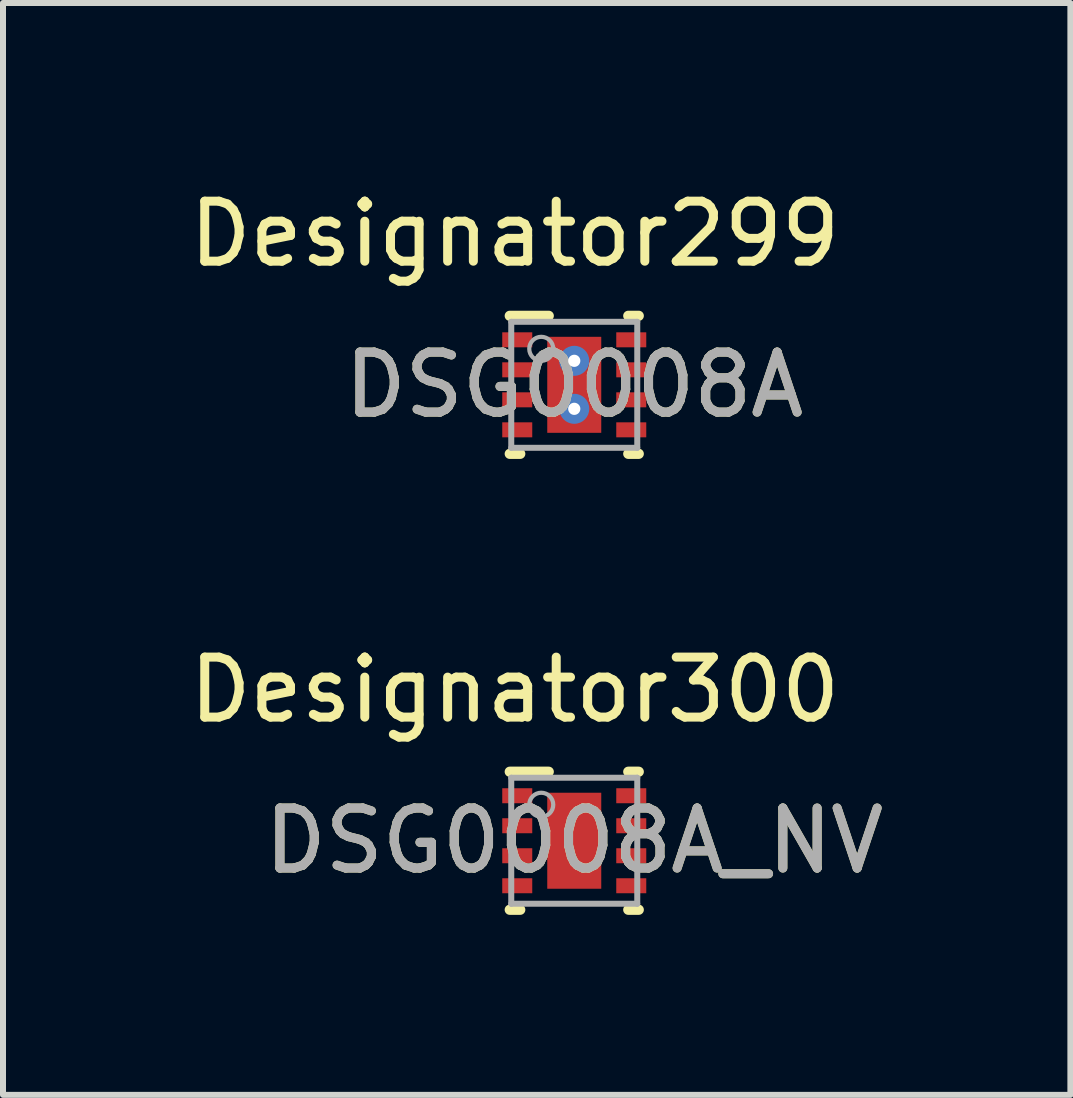
<source format=kicad_pcb>
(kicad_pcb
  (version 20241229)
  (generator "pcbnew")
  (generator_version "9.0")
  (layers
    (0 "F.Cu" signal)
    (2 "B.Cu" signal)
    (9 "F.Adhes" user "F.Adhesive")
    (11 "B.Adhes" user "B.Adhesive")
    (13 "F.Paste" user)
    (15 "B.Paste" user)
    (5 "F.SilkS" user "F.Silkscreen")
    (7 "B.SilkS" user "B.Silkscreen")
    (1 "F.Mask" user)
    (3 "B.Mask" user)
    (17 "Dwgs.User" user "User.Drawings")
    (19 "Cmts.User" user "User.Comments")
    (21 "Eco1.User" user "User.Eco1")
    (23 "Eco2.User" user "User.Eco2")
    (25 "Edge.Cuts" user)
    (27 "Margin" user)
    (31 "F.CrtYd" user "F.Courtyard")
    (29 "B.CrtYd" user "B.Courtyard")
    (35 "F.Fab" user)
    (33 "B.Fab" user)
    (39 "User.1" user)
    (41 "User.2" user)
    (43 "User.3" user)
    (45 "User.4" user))
  (footprint "DSG0008A"
    (layer "F.Cu")
    (at 6.52 3.363)
    (property "Reference" "DSG0008A" (at 0 0 0) (unlocked yes) (layer "F.SilkS") (effects (font (size 1 1) (thickness 0.15))))
    (attr smd)
    (fp_line (start -1.075 -1.15) (end -0.425 -1.15) (stroke (width 0.17) (type solid)) (layer "F.SilkS"))
    (fp_line (start -1.075 1.15) (end -0.9 1.15) (stroke (width 0.17) (type solid)) (layer "F.SilkS"))
    (fp_line (start 0.9 -1.15) (end 1.075 -1.15) (stroke (width 0.17) (type solid)) (layer "F.SilkS"))
    (fp_line (start 0.9 1.15) (end 1.075 1.15) (stroke (width 0.17) (type solid)) (layer "F.SilkS"))
    (fp_poly (pts (xy -0.427 0.733) (xy 0.427 0.733) (xy 0.427 -0.733) (xy -0.427 -0.733)) (stroke (width 0) (type solid)) (fill yes) (layer "F.Paste"))
    (fp_line (start -1.05 -1.05) (end 1.05 -1.05) (stroke (width 0.1) (type solid)) (layer "F.Fab"))
    (fp_line (start -1.05 1.05) (end -1.05 -1.05) (stroke (width 0.1) (type solid)) (layer "F.Fab"))
    (fp_line (start -1.05 1.05) (end 1.05 1.05) (stroke (width 0.1) (type solid)) (layer "F.Fab"))
    (fp_line (start 1.05 1.05) (end 1.05 -1.05) (stroke (width 0.1) (type solid)) (layer "F.Fab"))
    (fp_circle (center -0.55 -0.6) (end -0.35 -0.6) (stroke (width 0.07) (type solid)) (fill no) (layer "F.Fab"))
    (fp_text user "Designator299" (at -0.991 -2.515 0) (unlocked yes) (layer "F.SilkS") (effects (font (size 1 1) (thickness 0.15))))
    (fp_text user "${REFERENCE}" (at 0 0 0) (unlocked yes) (layer "F.Fab") (effects (font (size 1 1) (thickness 0.15))))
    (pad "1" smd rect (at -0.95 -0.75 90) (size 0.25 0.5) (layers "F.Cu" "F.Mask" "F.Paste"))
    (pad "2" smd rect (at -0.95 -0.25 90) (size 0.25 0.5) (layers "F.Cu" "F.Mask" "F.Paste"))
    (pad "3" smd rect (at -0.95 0.25 90) (size 0.25 0.5) (layers "F.Cu" "F.Mask" "F.Paste"))
    (pad "4" smd rect (at -0.95 0.75 90) (size 0.25 0.5) (layers "F.Cu" "F.Mask" "F.Paste"))
    (pad "5" smd rect (at 0.95 0.75 90) (size 0.25 0.5) (layers "F.Cu" "F.Mask" "F.Paste"))
    (pad "6" smd rect (at 0.95 0.25 90) (size 0.25 0.5) (layers "F.Cu" "F.Mask" "F.Paste"))
    (pad "7" smd rect (at 0.95 -0.25 90) (size 0.25 0.5) (layers "F.Cu" "F.Mask" "F.Paste"))
    (pad "8" smd rect (at 0.95 -0.75 90) (size 0.25 0.5) (layers "F.Cu" "F.Mask" "F.Paste"))
    (pad "9" smd rect (at 0 -0.000003) (size 0.9 1.6) (layers "F.Cu" "F.Mask" "F.Paste"))
    (pad "V" thru_hole circle (at 0 -0.4) (size 0.5 0.5) (drill 0.203) (layers "*.Cu" "*.Mask"))
    (pad "V" thru_hole circle (at 0 0.4) (size 0.5 0.5) (drill 0.203) (layers "*.Cu" "*.Mask")))
  (footprint "DSG0008A_NV"
    (layer "F.Cu")
    (at 6.52 10.961)
    (property "Reference" "DSG0008A_NV" (at 0 0 0) (unlocked yes) (layer "F.SilkS") (effects (font (size 1 1) (thickness 0.15))))
    (attr smd)
    (fp_line (start -1.075 -1.15) (end -0.425 -1.15) (stroke (width 0.17) (type solid)) (layer "F.SilkS"))
    (fp_line (start -1.075 1.15) (end -0.9 1.15) (stroke (width 0.17) (type solid)) (layer "F.SilkS"))
    (fp_line (start 0.9 -1.15) (end 1.075 -1.15) (stroke (width 0.17) (type solid)) (layer "F.SilkS"))
    (fp_line (start 0.9 1.15) (end 1.075 1.15) (stroke (width 0.17) (type solid)) (layer "F.SilkS"))
    (fp_poly (pts (xy -0.45 -0.149) (xy -0.45 -0.751) (xy -0.449 -0.761) (xy -0.446 -0.77) (xy -0.442 -0.778) (xy -0.436 -0.786) (xy -0.428 -0.792) (xy -0.42 -0.796) (xy -0.411 -0.799) (xy -0.401 -0.8) (xy 0.401 -0.8) (xy 0.411 -0.799) (xy 0.42 -0.796) (xy 0.428 -0.792) (xy 0.436 -0.786) (xy 0.442 -0.778) (xy 0.446 -0.77) (xy 0.449 -0.761) (xy 0.45 -0.751) (xy 0.45 -0.149) (xy 0.449 -0.139) (xy 0.446 -0.13) (xy 0.442 -0.122) (xy 0.436 -0.114) (xy 0.428 -0.108) (xy 0.42 -0.104) (xy 0.411 -0.101) (xy 0.401 -0.1) (xy -0.401 -0.1) (xy -0.411 -0.101) (xy -0.42 -0.104) (xy -0.428 -0.108) (xy -0.436 -0.114) (xy -0.442 -0.122) (xy -0.446 -0.13) (xy -0.449 -0.139)) (stroke (width 0) (type solid)) (fill yes) (layer "F.Paste"))
    (fp_poly (pts (xy -0.45 0.751) (xy -0.45 0.149) (xy -0.449 0.139) (xy -0.446 0.13) (xy -0.442 0.122) (xy -0.436 0.114) (xy -0.428 0.108) (xy -0.42 0.104) (xy -0.411 0.101) (xy -0.401 0.1) (xy 0.401 0.1) (xy 0.411 0.101) (xy 0.42 0.104) (xy 0.428 0.108) (xy 0.436 0.114) (xy 0.442 0.122) (xy 0.446 0.13) (xy 0.449 0.139) (xy 0.45 0.149) (xy 0.45 0.751) (xy 0.449 0.761) (xy 0.446 0.77) (xy 0.442 0.778) (xy 0.436 0.786) (xy 0.428 0.792) (xy 0.42 0.796) (xy 0.411 0.799) (xy 0.401 0.8) (xy -0.401 0.8) (xy -0.411 0.799) (xy -0.42 0.796) (xy -0.428 0.792) (xy -0.436 0.786) (xy -0.442 0.778) (xy -0.446 0.77) (xy -0.449 0.761)) (stroke (width 0) (type solid)) (fill yes) (layer "F.Paste"))
    (fp_line (start -1.05 -1.05) (end 1.05 -1.05) (stroke (width 0.1) (type solid)) (layer "F.Fab"))
    (fp_line (start -1.05 1.05) (end -1.05 -1.05) (stroke (width 0.1) (type solid)) (layer "F.Fab"))
    (fp_line (start -1.05 1.05) (end 1.05 1.05) (stroke (width 0.1) (type solid)) (layer "F.Fab"))
    (fp_line (start 1.05 1.05) (end 1.05 -1.05) (stroke (width 0.1) (type solid)) (layer "F.Fab"))
    (fp_circle (center -0.55 -0.6) (end -0.35 -0.6) (stroke (width 0.07) (type solid)) (fill no) (layer "F.Fab"))
    (fp_text user "Designator300" (at -0.991 -2.515 0) (unlocked yes) (layer "F.SilkS") (effects (font (size 1 1) (thickness 0.15))))
    (fp_text user "${REFERENCE}" (at 0 0 0) (unlocked yes) (layer "F.Fab") (effects (font (size 1 1) (thickness 0.15))))
    (pad "1" smd rect (at -0.95 -0.75 90) (size 0.25 0.5) (layers "F.Cu" "F.Mask" "F.Paste"))
    (pad "2" smd rect (at -0.95 -0.25 90) (size 0.25 0.5) (layers "F.Cu" "F.Mask" "F.Paste"))
    (pad "3" smd rect (at -0.95 0.25 90) (size 0.25 0.5) (layers "F.Cu" "F.Mask" "F.Paste"))
    (pad "4" smd rect (at -0.95 0.75 90) (size 0.25 0.5) (layers "F.Cu" "F.Mask" "F.Paste"))
    (pad "5" smd rect (at 0.95 0.75 90) (size 0.25 0.5) (layers "F.Cu" "F.Mask" "F.Paste"))
    (pad "6" smd rect (at 0.95 0.25 90) (size 0.25 0.5) (layers "F.Cu" "F.Mask" "F.Paste"))
    (pad "7" smd rect (at 0.95 -0.25 90) (size 0.25 0.5) (layers "F.Cu" "F.Mask" "F.Paste"))
    (pad "8" smd rect (at 0.95 -0.75 90) (size 0.25 0.5) (layers "F.Cu" "F.Mask" "F.Paste"))
    (pad "9" smd rect (at 0 -0.000003) (size 0.9 1.6) (layers "F.Cu" "F.Mask" "F.Paste")))
  (gr_rect
    (start -3 -3)
    (end 14.788 15.196)
    (stroke (width 0.1) (type default))
    (fill no)
    (layer "Edge.Cuts")))
</source>
